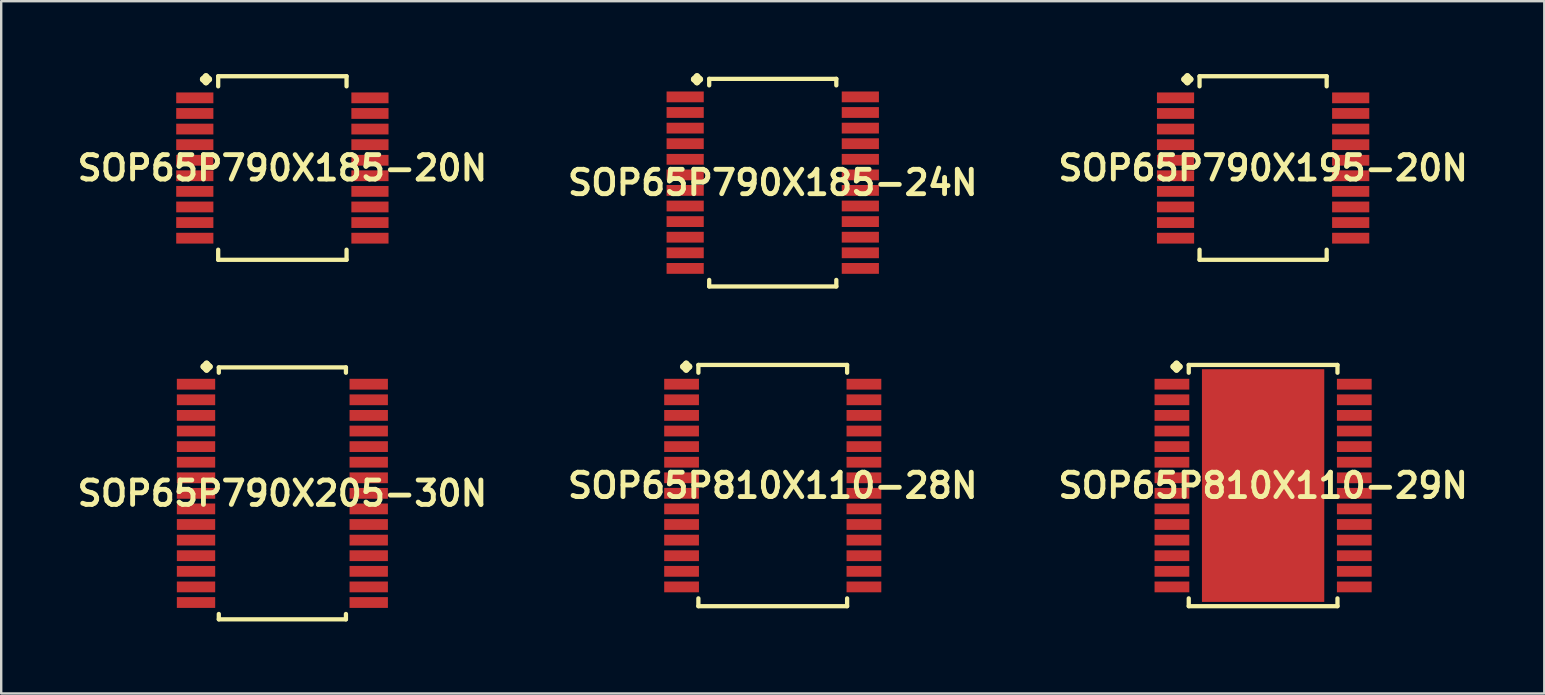
<source format=kicad_pcb>
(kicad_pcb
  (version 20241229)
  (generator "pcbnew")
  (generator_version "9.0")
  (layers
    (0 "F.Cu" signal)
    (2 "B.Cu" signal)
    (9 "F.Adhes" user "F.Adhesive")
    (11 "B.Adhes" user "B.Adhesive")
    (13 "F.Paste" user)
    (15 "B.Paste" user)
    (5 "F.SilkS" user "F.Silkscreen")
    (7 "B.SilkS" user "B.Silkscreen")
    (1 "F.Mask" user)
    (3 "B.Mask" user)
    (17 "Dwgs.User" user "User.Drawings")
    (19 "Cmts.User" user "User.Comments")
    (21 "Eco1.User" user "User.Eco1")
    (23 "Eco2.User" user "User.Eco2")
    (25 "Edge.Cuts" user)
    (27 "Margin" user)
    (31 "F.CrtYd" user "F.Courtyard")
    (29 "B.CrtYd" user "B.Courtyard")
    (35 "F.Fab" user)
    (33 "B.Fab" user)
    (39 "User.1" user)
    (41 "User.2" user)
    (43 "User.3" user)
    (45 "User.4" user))
  (footprint "SOP65P810X110-28N"
    (layer "F.Cu")
    (at 29.155 17.186)
    (property "Reference" "SOP65P810X110-28N" (at 0 0 0) (layer "F.SilkS") (effects (font (size 1.016 1.016) (thickness 0.203))))
    (attr smd)
    (fp_line (start -3.734 -4.956) (end -3.607 -5.083) (stroke (width 0.254) (type solid)) (layer "F.SilkS"))
    (fp_line (start -3.607 -5.083) (end -3.48 -4.956) (stroke (width 0.254) (type solid)) (layer "F.SilkS"))
    (fp_line (start -3.607 -4.829) (end -3.734 -4.956) (stroke (width 0.254) (type solid)) (layer "F.SilkS"))
    (fp_line (start -3.48 -4.956) (end -3.607 -4.829) (stroke (width 0.254) (type solid)) (layer "F.SilkS"))
    (fp_line (start -3.099 -5.027) (end 3.099 -5.027) (stroke (width 0.178) (type solid)) (layer "F.SilkS"))
    (fp_line (start -3.099 -4.702) (end -3.099 -5.027) (stroke (width 0.178) (type solid)) (layer "F.SilkS"))
    (fp_line (start -3.099 4.702) (end -3.099 5.027) (stroke (width 0.178) (type solid)) (layer "F.SilkS"))
    (fp_line (start -3.099 5.027) (end 3.099 5.027) (stroke (width 0.178) (type solid)) (layer "F.SilkS"))
    (fp_line (start 3.099 -5.027) (end 3.099 -4.702) (stroke (width 0.178) (type solid)) (layer "F.SilkS"))
    (fp_line (start 3.099 5.027) (end 3.099 4.702) (stroke (width 0.178) (type solid)) (layer "F.SilkS"))
    (pad "1" smd rect (at -3.8 -4.224) (size 1.448 0.45) (layers "F.Cu" "F.Mask" "F.Paste"))
    (pad "2" smd rect (at -3.8 -3.574) (size 1.448 0.45) (layers "F.Cu" "F.Mask" "F.Paste"))
    (pad "3" smd rect (at -3.8 -2.924) (size 1.448 0.45) (layers "F.Cu" "F.Mask" "F.Paste"))
    (pad "4" smd rect (at -3.8 -2.273) (size 1.448 0.45) (layers "F.Cu" "F.Mask" "F.Paste"))
    (pad "5" smd rect (at -3.8 -1.623) (size 1.448 0.45) (layers "F.Cu" "F.Mask" "F.Paste"))
    (pad "6" smd rect (at -3.8 -0.973) (size 1.448 0.45) (layers "F.Cu" "F.Mask" "F.Paste"))
    (pad "7" smd rect (at -3.8 -0.323) (size 1.448 0.45) (layers "F.Cu" "F.Mask" "F.Paste"))
    (pad "8" smd rect (at -3.8 0.323) (size 1.448 0.45) (layers "F.Cu" "F.Mask" "F.Paste"))
    (pad "9" smd rect (at -3.8 0.973) (size 1.448 0.45) (layers "F.Cu" "F.Mask" "F.Paste"))
    (pad "10" smd rect (at -3.8 1.623) (size 1.448 0.45) (layers "F.Cu" "F.Mask" "F.Paste"))
    (pad "11" smd rect (at -3.8 2.273) (size 1.448 0.45) (layers "F.Cu" "F.Mask" "F.Paste"))
    (pad "12" smd rect (at -3.8 2.924) (size 1.448 0.45) (layers "F.Cu" "F.Mask" "F.Paste"))
    (pad "13" smd rect (at -3.8 3.574) (size 1.448 0.45) (layers "F.Cu" "F.Mask" "F.Paste"))
    (pad "14" smd rect (at -3.8 4.224) (size 1.448 0.45) (layers "F.Cu" "F.Mask" "F.Paste"))
    (pad "15" smd rect (at 3.8 4.224) (size 1.448 0.45) (layers "F.Cu" "F.Mask" "F.Paste"))
    (pad "16" smd rect (at 3.8 3.574) (size 1.448 0.45) (layers "F.Cu" "F.Mask" "F.Paste"))
    (pad "17" smd rect (at 3.8 2.924) (size 1.448 0.45) (layers "F.Cu" "F.Mask" "F.Paste"))
    (pad "18" smd rect (at 3.8 2.273) (size 1.448 0.45) (layers "F.Cu" "F.Mask" "F.Paste"))
    (pad "19" smd rect (at 3.8 1.623) (size 1.448 0.45) (layers "F.Cu" "F.Mask" "F.Paste"))
    (pad "20" smd rect (at 3.8 0.973) (size 1.448 0.45) (layers "F.Cu" "F.Mask" "F.Paste"))
    (pad "21" smd rect (at 3.8 0.323) (size 1.448 0.45) (layers "F.Cu" "F.Mask" "F.Paste"))
    (pad "22" smd rect (at 3.8 -0.323) (size 1.448 0.45) (layers "F.Cu" "F.Mask" "F.Paste"))
    (pad "23" smd rect (at 3.8 -0.973) (size 1.448 0.45) (layers "F.Cu" "F.Mask" "F.Paste"))
    (pad "24" smd rect (at 3.8 -1.623) (size 1.448 0.45) (layers "F.Cu" "F.Mask" "F.Paste"))
    (pad "25" smd rect (at 3.8 -2.273) (size 1.448 0.45) (layers "F.Cu" "F.Mask" "F.Paste"))
    (pad "26" smd rect (at 3.8 -2.924) (size 1.448 0.45) (layers "F.Cu" "F.Mask" "F.Paste"))
    (pad "27" smd rect (at 3.8 -3.574) (size 1.448 0.45) (layers "F.Cu" "F.Mask" "F.Paste"))
    (pad "28" smd rect (at 3.8 -4.224) (size 1.448 0.45) (layers "F.Cu" "F.Mask" "F.Paste")))
  (footprint "SOP65P810X110-29N"
    (layer "F.Cu")
    (at 49.591 17.186)
    (property "Reference" "SOP65P810X110-29N" (at 0 0 0) (layer "F.SilkS") (effects (font (size 1.016 1.016) (thickness 0.203))))
    (attr smd)
    (fp_line (start -3.734 -4.956) (end -3.607 -5.083) (stroke (width 0.254) (type solid)) (layer "F.SilkS"))
    (fp_line (start -3.607 -5.083) (end -3.48 -4.956) (stroke (width 0.254) (type solid)) (layer "F.SilkS"))
    (fp_line (start -3.607 -4.829) (end -3.734 -4.956) (stroke (width 0.254) (type solid)) (layer "F.SilkS"))
    (fp_line (start -3.48 -4.956) (end -3.607 -4.829) (stroke (width 0.254) (type solid)) (layer "F.SilkS"))
    (fp_line (start -3.099 -5.027) (end 3.099 -5.027) (stroke (width 0.178) (type solid)) (layer "F.SilkS"))
    (fp_line (start -3.099 -4.702) (end -3.099 -5.027) (stroke (width 0.178) (type solid)) (layer "F.SilkS"))
    (fp_line (start -3.099 4.702) (end -3.099 5.027) (stroke (width 0.178) (type solid)) (layer "F.SilkS"))
    (fp_line (start -3.099 5.027) (end 3.099 5.027) (stroke (width 0.178) (type solid)) (layer "F.SilkS"))
    (fp_line (start 3.099 -5.027) (end 3.099 -4.702) (stroke (width 0.178) (type solid)) (layer "F.SilkS"))
    (fp_line (start 3.099 5.027) (end 3.099 4.702) (stroke (width 0.178) (type solid)) (layer "F.SilkS"))
    (pad "1" smd rect (at -3.8 -4.224) (size 1.448 0.45) (layers "F.Cu" "F.Mask" "F.Paste"))
    (pad "2" smd rect (at -3.8 -3.574) (size 1.448 0.45) (layers "F.Cu" "F.Mask" "F.Paste"))
    (pad "3" smd rect (at -3.8 -2.924) (size 1.448 0.45) (layers "F.Cu" "F.Mask" "F.Paste"))
    (pad "4" smd rect (at -3.8 -2.273) (size 1.448 0.45) (layers "F.Cu" "F.Mask" "F.Paste"))
    (pad "5" smd rect (at -3.8 -1.623) (size 1.448 0.45) (layers "F.Cu" "F.Mask" "F.Paste"))
    (pad "6" smd rect (at -3.8 -0.973) (size 1.448 0.45) (layers "F.Cu" "F.Mask" "F.Paste"))
    (pad "7" smd rect (at -3.8 -0.323) (size 1.448 0.45) (layers "F.Cu" "F.Mask" "F.Paste"))
    (pad "8" smd rect (at -3.8 0.323) (size 1.448 0.45) (layers "F.Cu" "F.Mask" "F.Paste"))
    (pad "9" smd rect (at -3.8 0.973) (size 1.448 0.45) (layers "F.Cu" "F.Mask" "F.Paste"))
    (pad "10" smd rect (at -3.8 1.623) (size 1.448 0.45) (layers "F.Cu" "F.Mask" "F.Paste"))
    (pad "11" smd rect (at -3.8 2.273) (size 1.448 0.45) (layers "F.Cu" "F.Mask" "F.Paste"))
    (pad "12" smd rect (at -3.8 2.924) (size 1.448 0.45) (layers "F.Cu" "F.Mask" "F.Paste"))
    (pad "13" smd rect (at -3.8 3.574) (size 1.448 0.45) (layers "F.Cu" "F.Mask" "F.Paste"))
    (pad "14" smd rect (at -3.8 4.224) (size 1.448 0.45) (layers "F.Cu" "F.Mask" "F.Paste"))
    (pad "15" smd rect (at 3.8 4.224) (size 1.448 0.45) (layers "F.Cu" "F.Mask" "F.Paste"))
    (pad "16" smd rect (at 3.8 3.574) (size 1.448 0.45) (layers "F.Cu" "F.Mask" "F.Paste"))
    (pad "17" smd rect (at 3.8 2.924) (size 1.448 0.45) (layers "F.Cu" "F.Mask" "F.Paste"))
    (pad "18" smd rect (at 3.8 2.273) (size 1.448 0.45) (layers "F.Cu" "F.Mask" "F.Paste"))
    (pad "19" smd rect (at 3.8 1.623) (size 1.448 0.45) (layers "F.Cu" "F.Mask" "F.Paste"))
    (pad "20" smd rect (at 3.8 0.973) (size 1.448 0.45) (layers "F.Cu" "F.Mask" "F.Paste"))
    (pad "21" smd rect (at 3.8 0.323) (size 1.448 0.45) (layers "F.Cu" "F.Mask" "F.Paste"))
    (pad "22" smd rect (at 3.8 -0.323) (size 1.448 0.45) (layers "F.Cu" "F.Mask" "F.Paste"))
    (pad "23" smd rect (at 3.8 -0.973) (size 1.448 0.45) (layers "F.Cu" "F.Mask" "F.Paste"))
    (pad "24" smd rect (at 3.8 -1.623) (size 1.448 0.45) (layers "F.Cu" "F.Mask" "F.Paste"))
    (pad "25" smd rect (at 3.8 -2.273) (size 1.448 0.45) (layers "F.Cu" "F.Mask" "F.Paste"))
    (pad "26" smd rect (at 3.8 -2.924) (size 1.448 0.45) (layers "F.Cu" "F.Mask" "F.Paste"))
    (pad "27" smd rect (at 3.8 -3.574) (size 1.448 0.45) (layers "F.Cu" "F.Mask" "F.Paste"))
    (pad "28" smd rect (at 3.8 -4.224) (size 1.448 0.45) (layers "F.Cu" "F.Mask" "F.Paste"))
    (pad "29" smd rect (at 0 0) (size 5.098 9.698) (layers "F.Cu" "F.Mask" "F.Paste")))
  (footprint "SOP65P790X185-24N"
    (layer "F.Cu")
    (at 29.155 4.562)
    (property "Reference" "SOP65P790X185-24N" (at 0 0 0) (layer "F.SilkS") (effects (font (size 1.016 1.016) (thickness 0.203))))
    (attr smd)
    (fp_line (start -3.284 -4.308) (end -3.157 -4.435) (stroke (width 0.254) (type solid)) (layer "F.SilkS"))
    (fp_line (start -3.157 -4.435) (end -3.03 -4.308) (stroke (width 0.254) (type solid)) (layer "F.SilkS"))
    (fp_line (start -3.157 -4.181) (end -3.284 -4.308) (stroke (width 0.254) (type solid)) (layer "F.SilkS"))
    (fp_line (start -3.03 -4.308) (end -3.157 -4.181) (stroke (width 0.254) (type solid)) (layer "F.SilkS"))
    (fp_line (start -2.649 -4.326) (end 2.649 -4.326) (stroke (width 0.178) (type solid)) (layer "F.SilkS"))
    (fp_line (start -2.649 -4.054) (end -2.649 -4.326) (stroke (width 0.178) (type solid)) (layer "F.SilkS"))
    (fp_line (start -2.649 4.054) (end -2.649 4.326) (stroke (width 0.178) (type solid)) (layer "F.SilkS"))
    (fp_line (start -2.649 4.326) (end 2.649 4.326) (stroke (width 0.178) (type solid)) (layer "F.SilkS"))
    (fp_line (start 2.649 -4.326) (end 2.649 -4.054) (stroke (width 0.178) (type solid)) (layer "F.SilkS"))
    (fp_line (start 2.649 4.326) (end 2.649 4.054) (stroke (width 0.178) (type solid)) (layer "F.SilkS"))
    (pad "1" smd rect (at -3.65 -3.574) (size 1.549 0.45) (layers "F.Cu" "F.Mask" "F.Paste"))
    (pad "2" smd rect (at -3.65 -2.924) (size 1.549 0.45) (layers "F.Cu" "F.Mask" "F.Paste"))
    (pad "3" smd rect (at -3.65 -2.273) (size 1.549 0.45) (layers "F.Cu" "F.Mask" "F.Paste"))
    (pad "4" smd rect (at -3.65 -1.623) (size 1.549 0.45) (layers "F.Cu" "F.Mask" "F.Paste"))
    (pad "5" smd rect (at -3.65 -0.973) (size 1.549 0.45) (layers "F.Cu" "F.Mask" "F.Paste"))
    (pad "6" smd rect (at -3.65 -0.323) (size 1.549 0.45) (layers "F.Cu" "F.Mask" "F.Paste"))
    (pad "7" smd rect (at -3.65 0.323) (size 1.549 0.45) (layers "F.Cu" "F.Mask" "F.Paste"))
    (pad "8" smd rect (at -3.65 0.973) (size 1.549 0.45) (layers "F.Cu" "F.Mask" "F.Paste"))
    (pad "9" smd rect (at -3.65 1.623) (size 1.549 0.45) (layers "F.Cu" "F.Mask" "F.Paste"))
    (pad "10" smd rect (at -3.65 2.273) (size 1.549 0.45) (layers "F.Cu" "F.Mask" "F.Paste"))
    (pad "11" smd rect (at -3.65 2.924) (size 1.549 0.45) (layers "F.Cu" "F.Mask" "F.Paste"))
    (pad "12" smd rect (at -3.65 3.574) (size 1.549 0.45) (layers "F.Cu" "F.Mask" "F.Paste"))
    (pad "13" smd rect (at 3.65 3.574) (size 1.549 0.45) (layers "F.Cu" "F.Mask" "F.Paste"))
    (pad "14" smd rect (at 3.65 2.924) (size 1.549 0.45) (layers "F.Cu" "F.Mask" "F.Paste"))
    (pad "15" smd rect (at 3.65 2.273) (size 1.549 0.45) (layers "F.Cu" "F.Mask" "F.Paste"))
    (pad "16" smd rect (at 3.65 1.623) (size 1.549 0.45) (layers "F.Cu" "F.Mask" "F.Paste"))
    (pad "17" smd rect (at 3.65 0.973) (size 1.549 0.45) (layers "F.Cu" "F.Mask" "F.Paste"))
    (pad "18" smd rect (at 3.65 0.323) (size 1.549 0.45) (layers "F.Cu" "F.Mask" "F.Paste"))
    (pad "19" smd rect (at 3.65 -0.323) (size 1.549 0.45) (layers "F.Cu" "F.Mask" "F.Paste"))
    (pad "20" smd rect (at 3.65 -0.973) (size 1.549 0.45) (layers "F.Cu" "F.Mask" "F.Paste"))
    (pad "21" smd rect (at 3.65 -1.623) (size 1.549 0.45) (layers "F.Cu" "F.Mask" "F.Paste"))
    (pad "22" smd rect (at 3.65 -2.273) (size 1.549 0.45) (layers "F.Cu" "F.Mask" "F.Paste"))
    (pad "23" smd rect (at 3.65 -2.924) (size 1.549 0.45) (layers "F.Cu" "F.Mask" "F.Paste"))
    (pad "24" smd rect (at 3.65 -3.574) (size 1.549 0.45) (layers "F.Cu" "F.Mask" "F.Paste")))
  (footprint "SOP65P790X195-20N"
    (layer "F.Cu")
    (at 49.591 3.952)
    (property "Reference" "SOP65P790X195-20N" (at 0 0 0) (layer "F.SilkS") (effects (font (size 1.016 1.016) (thickness 0.203))))
    (attr smd)
    (fp_line (start -3.284 -3.698) (end -3.157 -3.825) (stroke (width 0.254) (type solid)) (layer "F.SilkS"))
    (fp_line (start -3.157 -3.825) (end -3.03 -3.698) (stroke (width 0.254) (type solid)) (layer "F.SilkS"))
    (fp_line (start -3.157 -3.571) (end -3.284 -3.698) (stroke (width 0.254) (type solid)) (layer "F.SilkS"))
    (fp_line (start -3.03 -3.698) (end -3.157 -3.571) (stroke (width 0.254) (type solid)) (layer "F.SilkS"))
    (fp_line (start -2.649 -3.825) (end 2.649 -3.825) (stroke (width 0.178) (type solid)) (layer "F.SilkS"))
    (fp_line (start -2.649 -3.404) (end -2.649 -3.825) (stroke (width 0.178) (type solid)) (layer "F.SilkS"))
    (fp_line (start -2.649 3.404) (end -2.649 3.825) (stroke (width 0.178) (type solid)) (layer "F.SilkS"))
    (fp_line (start -2.649 3.825) (end 2.649 3.825) (stroke (width 0.178) (type solid)) (layer "F.SilkS"))
    (fp_line (start 2.649 -3.825) (end 2.649 -3.404) (stroke (width 0.178) (type solid)) (layer "F.SilkS"))
    (fp_line (start 2.649 3.825) (end 2.649 3.404) (stroke (width 0.178) (type solid)) (layer "F.SilkS"))
    (pad "1" smd rect (at -3.65 -2.924) (size 1.549 0.45) (layers "F.Cu" "F.Mask" "F.Paste"))
    (pad "2" smd rect (at -3.65 -2.273) (size 1.549 0.45) (layers "F.Cu" "F.Mask" "F.Paste"))
    (pad "3" smd rect (at -3.65 -1.623) (size 1.549 0.45) (layers "F.Cu" "F.Mask" "F.Paste"))
    (pad "4" smd rect (at -3.65 -0.973) (size 1.549 0.45) (layers "F.Cu" "F.Mask" "F.Paste"))
    (pad "5" smd rect (at -3.65 -0.323) (size 1.549 0.45) (layers "F.Cu" "F.Mask" "F.Paste"))
    (pad "6" smd rect (at -3.65 0.323) (size 1.549 0.45) (layers "F.Cu" "F.Mask" "F.Paste"))
    (pad "7" smd rect (at -3.65 0.973) (size 1.549 0.45) (layers "F.Cu" "F.Mask" "F.Paste"))
    (pad "8" smd rect (at -3.65 1.623) (size 1.549 0.45) (layers "F.Cu" "F.Mask" "F.Paste"))
    (pad "9" smd rect (at -3.65 2.273) (size 1.549 0.45) (layers "F.Cu" "F.Mask" "F.Paste"))
    (pad "10" smd rect (at -3.65 2.924) (size 1.549 0.45) (layers "F.Cu" "F.Mask" "F.Paste"))
    (pad "11" smd rect (at 3.65 2.924) (size 1.549 0.45) (layers "F.Cu" "F.Mask" "F.Paste"))
    (pad "12" smd rect (at 3.65 2.273) (size 1.549 0.45) (layers "F.Cu" "F.Mask" "F.Paste"))
    (pad "13" smd rect (at 3.65 1.623) (size 1.549 0.45) (layers "F.Cu" "F.Mask" "F.Paste"))
    (pad "14" smd rect (at 3.65 0.973) (size 1.549 0.45) (layers "F.Cu" "F.Mask" "F.Paste"))
    (pad "15" smd rect (at 3.65 0.323) (size 1.549 0.45) (layers "F.Cu" "F.Mask" "F.Paste"))
    (pad "16" smd rect (at 3.65 -0.323) (size 1.549 0.45) (layers "F.Cu" "F.Mask" "F.Paste"))
    (pad "17" smd rect (at 3.65 -0.973) (size 1.549 0.45) (layers "F.Cu" "F.Mask" "F.Paste"))
    (pad "18" smd rect (at 3.65 -1.623) (size 1.549 0.45) (layers "F.Cu" "F.Mask" "F.Paste"))
    (pad "19" smd rect (at 3.65 -2.273) (size 1.549 0.45) (layers "F.Cu" "F.Mask" "F.Paste"))
    (pad "20" smd rect (at 3.65 -2.924) (size 1.549 0.45) (layers "F.Cu" "F.Mask" "F.Paste")))
  (footprint "SOP65P790X205-30N"
    (layer "F.Cu")
    (at 8.718 17.511)
    (property "Reference" "SOP65P790X205-30N" (at 0 0 0) (layer "F.SilkS") (effects (font (size 1.016 1.016) (thickness 0.203))))
    (attr smd)
    (fp_line (start -3.284 -5.281) (end -3.157 -5.408) (stroke (width 0.254) (type solid)) (layer "F.SilkS"))
    (fp_line (start -3.157 -5.408) (end -3.03 -5.281) (stroke (width 0.254) (type solid)) (layer "F.SilkS"))
    (fp_line (start -3.157 -5.154) (end -3.284 -5.281) (stroke (width 0.254) (type solid)) (layer "F.SilkS"))
    (fp_line (start -3.03 -5.281) (end -3.157 -5.154) (stroke (width 0.254) (type solid)) (layer "F.SilkS"))
    (fp_line (start -2.649 -5.25) (end 2.649 -5.25) (stroke (width 0.178) (type solid)) (layer "F.SilkS"))
    (fp_line (start -2.649 -5.027) (end -2.649 -5.25) (stroke (width 0.178) (type solid)) (layer "F.SilkS"))
    (fp_line (start -2.649 5.027) (end -2.649 5.25) (stroke (width 0.178) (type solid)) (layer "F.SilkS"))
    (fp_line (start -2.649 5.25) (end 2.649 5.25) (stroke (width 0.178) (type solid)) (layer "F.SilkS"))
    (fp_line (start 2.649 -5.25) (end 2.649 -5.027) (stroke (width 0.178) (type solid)) (layer "F.SilkS"))
    (fp_line (start 2.649 5.25) (end 2.649 5.027) (stroke (width 0.178) (type solid)) (layer "F.SilkS"))
    (pad "1" smd rect (at -3.599 -4.549) (size 1.598 0.45) (layers "F.Cu" "F.Mask" "F.Paste"))
    (pad "2" smd rect (at -3.599 -3.899) (size 1.598 0.45) (layers "F.Cu" "F.Mask" "F.Paste"))
    (pad "3" smd rect (at -3.599 -3.249) (size 1.598 0.45) (layers "F.Cu" "F.Mask" "F.Paste"))
    (pad "4" smd rect (at -3.599 -2.598) (size 1.598 0.45) (layers "F.Cu" "F.Mask" "F.Paste"))
    (pad "5" smd rect (at -3.599 -1.948) (size 1.598 0.45) (layers "F.Cu" "F.Mask" "F.Paste"))
    (pad "6" smd rect (at -3.599 -1.298) (size 1.598 0.45) (layers "F.Cu" "F.Mask" "F.Paste"))
    (pad "7" smd rect (at -3.599 -0.648) (size 1.598 0.45) (layers "F.Cu" "F.Mask" "F.Paste"))
    (pad "8" smd rect (at -3.599 0) (size 1.598 0.45) (layers "F.Cu" "F.Mask" "F.Paste"))
    (pad "9" smd rect (at -3.599 0.648) (size 1.598 0.45) (layers "F.Cu" "F.Mask" "F.Paste"))
    (pad "10" smd rect (at -3.599 1.298) (size 1.598 0.45) (layers "F.Cu" "F.Mask" "F.Paste"))
    (pad "11" smd rect (at -3.599 1.948) (size 1.598 0.45) (layers "F.Cu" "F.Mask" "F.Paste"))
    (pad "12" smd rect (at -3.599 2.598) (size 1.598 0.45) (layers "F.Cu" "F.Mask" "F.Paste"))
    (pad "13" smd rect (at -3.599 3.249) (size 1.598 0.45) (layers "F.Cu" "F.Mask" "F.Paste"))
    (pad "14" smd rect (at -3.599 3.899) (size 1.598 0.45) (layers "F.Cu" "F.Mask" "F.Paste"))
    (pad "15" smd rect (at -3.599 4.549) (size 1.598 0.45) (layers "F.Cu" "F.Mask" "F.Paste"))
    (pad "16" smd rect (at 3.599 4.549) (size 1.598 0.45) (layers "F.Cu" "F.Mask" "F.Paste"))
    (pad "17" smd rect (at 3.599 3.899) (size 1.598 0.45) (layers "F.Cu" "F.Mask" "F.Paste"))
    (pad "18" smd rect (at 3.599 3.249) (size 1.598 0.45) (layers "F.Cu" "F.Mask" "F.Paste"))
    (pad "19" smd rect (at 3.599 2.598) (size 1.598 0.45) (layers "F.Cu" "F.Mask" "F.Paste"))
    (pad "20" smd rect (at 3.599 1.948) (size 1.598 0.45) (layers "F.Cu" "F.Mask" "F.Paste"))
    (pad "21" smd rect (at 3.599 1.298) (size 1.598 0.45) (layers "F.Cu" "F.Mask" "F.Paste"))
    (pad "22" smd rect (at 3.599 0.648) (size 1.598 0.45) (layers "F.Cu" "F.Mask" "F.Paste"))
    (pad "23" smd rect (at 3.599 0) (size 1.598 0.45) (layers "F.Cu" "F.Mask" "F.Paste"))
    (pad "24" smd rect (at 3.599 -0.648) (size 1.598 0.45) (layers "F.Cu" "F.Mask" "F.Paste"))
    (pad "25" smd rect (at 3.599 -1.298) (size 1.598 0.45) (layers "F.Cu" "F.Mask" "F.Paste"))
    (pad "26" smd rect (at 3.599 -1.948) (size 1.598 0.45) (layers "F.Cu" "F.Mask" "F.Paste"))
    (pad "27" smd rect (at 3.599 -2.598) (size 1.598 0.45) (layers "F.Cu" "F.Mask" "F.Paste"))
    (pad "28" smd rect (at 3.599 -3.249) (size 1.598 0.45) (layers "F.Cu" "F.Mask" "F.Paste"))
    (pad "29" smd rect (at 3.599 -3.899) (size 1.598 0.45) (layers "F.Cu" "F.Mask" "F.Paste"))
    (pad "30" smd rect (at 3.599 -4.549) (size 1.598 0.45) (layers "F.Cu" "F.Mask" "F.Paste")))
  (footprint "SOP65P790X185-20N"
    (layer "F.Cu")
    (at 8.718 3.952)
    (property "Reference" "SOP65P790X185-20N" (at 0 0 0) (layer "F.SilkS") (effects (font (size 1.016 1.016) (thickness 0.203))))
    (attr smd)
    (fp_line (start -3.31 -3.698) (end -3.183 -3.825) (stroke (width 0.254) (type solid)) (layer "F.SilkS"))
    (fp_line (start -3.183 -3.825) (end -3.056 -3.698) (stroke (width 0.254) (type solid)) (layer "F.SilkS"))
    (fp_line (start -3.183 -3.571) (end -3.31 -3.698) (stroke (width 0.254) (type solid)) (layer "F.SilkS"))
    (fp_line (start -3.056 -3.698) (end -3.183 -3.571) (stroke (width 0.254) (type solid)) (layer "F.SilkS"))
    (fp_line (start -2.675 -3.825) (end 2.675 -3.825) (stroke (width 0.178) (type solid)) (layer "F.SilkS"))
    (fp_line (start -2.675 -3.404) (end -2.675 -3.825) (stroke (width 0.178) (type solid)) (layer "F.SilkS"))
    (fp_line (start -2.675 3.404) (end -2.675 3.825) (stroke (width 0.178) (type solid)) (layer "F.SilkS"))
    (fp_line (start -2.675 3.825) (end 2.675 3.825) (stroke (width 0.178) (type solid)) (layer "F.SilkS"))
    (fp_line (start 2.675 -3.825) (end 2.675 -3.404) (stroke (width 0.178) (type solid)) (layer "F.SilkS"))
    (fp_line (start 2.675 3.825) (end 2.675 3.404) (stroke (width 0.178) (type solid)) (layer "F.SilkS"))
    (pad "1" smd rect (at -3.65 -2.924) (size 1.549 0.45) (layers "F.Cu" "F.Mask" "F.Paste"))
    (pad "2" smd rect (at -3.65 -2.273) (size 1.549 0.45) (layers "F.Cu" "F.Mask" "F.Paste"))
    (pad "3" smd rect (at -3.65 -1.623) (size 1.549 0.45) (layers "F.Cu" "F.Mask" "F.Paste"))
    (pad "4" smd rect (at -3.65 -0.973) (size 1.549 0.45) (layers "F.Cu" "F.Mask" "F.Paste"))
    (pad "5" smd rect (at -3.65 -0.323) (size 1.549 0.45) (layers "F.Cu" "F.Mask" "F.Paste"))
    (pad "6" smd rect (at -3.65 0.323) (size 1.549 0.45) (layers "F.Cu" "F.Mask" "F.Paste"))
    (pad "7" smd rect (at -3.65 0.973) (size 1.549 0.45) (layers "F.Cu" "F.Mask" "F.Paste"))
    (pad "8" smd rect (at -3.65 1.623) (size 1.549 0.45) (layers "F.Cu" "F.Mask" "F.Paste"))
    (pad "9" smd rect (at -3.65 2.273) (size 1.549 0.45) (layers "F.Cu" "F.Mask" "F.Paste"))
    (pad "10" smd rect (at -3.65 2.924) (size 1.549 0.45) (layers "F.Cu" "F.Mask" "F.Paste"))
    (pad "11" smd rect (at 3.65 2.924) (size 1.549 0.45) (layers "F.Cu" "F.Mask" "F.Paste"))
    (pad "12" smd rect (at 3.65 2.273) (size 1.549 0.45) (layers "F.Cu" "F.Mask" "F.Paste"))
    (pad "13" smd rect (at 3.65 1.623) (size 1.549 0.45) (layers "F.Cu" "F.Mask" "F.Paste"))
    (pad "14" smd rect (at 3.65 0.973) (size 1.549 0.45) (layers "F.Cu" "F.Mask" "F.Paste"))
    (pad "15" smd rect (at 3.65 0.323) (size 1.549 0.45) (layers "F.Cu" "F.Mask" "F.Paste"))
    (pad "16" smd rect (at 3.65 -0.323) (size 1.549 0.45) (layers "F.Cu" "F.Mask" "F.Paste"))
    (pad "17" smd rect (at 3.65 -0.973) (size 1.549 0.45) (layers "F.Cu" "F.Mask" "F.Paste"))
    (pad "18" smd rect (at 3.65 -1.623) (size 1.549 0.45) (layers "F.Cu" "F.Mask" "F.Paste"))
    (pad "19" smd rect (at 3.65 -2.273) (size 1.549 0.45) (layers "F.Cu" "F.Mask" "F.Paste"))
    (pad "20" smd rect (at 3.65 -2.924) (size 1.549 0.45) (layers "F.Cu" "F.Mask" "F.Paste")))
  (gr_rect
    (start -3 -3)
    (end 61.309 25.85)
    (stroke (width 0.1) (type default))
    (fill no)
    (layer "Edge.Cuts")))
</source>
